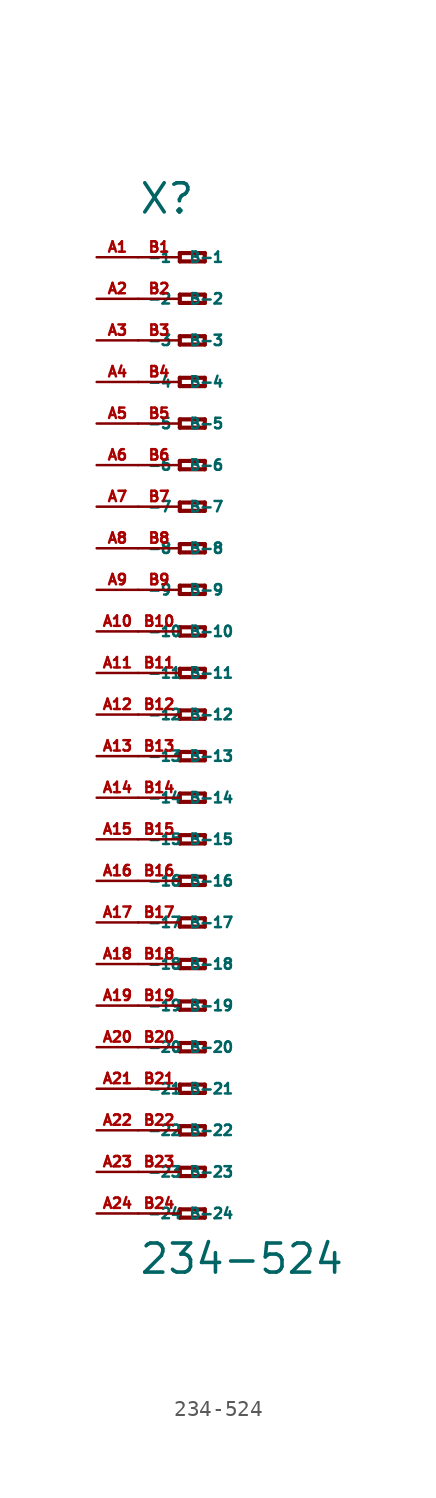
<source format=kicad_sym>
(kicad_symbol_lib
  (version 20220914)
  (generator Eagle2Kicad)
  (symbol "234-524"
    (property "Reference" "X"
      (at -5.08 30.48 0)
      (effects (font (size 1.778 1.778) (thickness 0.22)) (justify left bottom)))
    (property "Value" "234-524"
      (at -5.08 -34.29 0)
      (effects (font (size 1.778 1.778) (thickness 0.22)) (justify left bottom)))
    (polyline
      (pts (xy -2.54 28.194) (xy -2.54 27.686))
      (stroke (width 0.254) (type default))
      (fill (type none)))
    (polyline
      (pts (xy -2.54 27.686) (xy -1.016 27.686))
      (stroke (width 0.254) (type default))
      (fill (type none)))
    (polyline
      (pts (xy -1.016 27.686) (xy -1.016 28.194))
      (stroke (width 0.254) (type default))
      (fill (type none)))
    (polyline
      (pts (xy -1.016 28.194) (xy -2.54 28.194))
      (stroke (width 0.254) (type default))
      (fill (type none)))
    (polyline
      (pts (xy -2.54 25.654) (xy -2.54 25.146))
      (stroke (width 0.254) (type default))
      (fill (type none)))
    (polyline
      (pts (xy -2.54 25.146) (xy -1.016 25.146))
      (stroke (width 0.254) (type default))
      (fill (type none)))
    (polyline
      (pts (xy -1.016 25.146) (xy -1.016 25.654))
      (stroke (width 0.254) (type default))
      (fill (type none)))
    (polyline
      (pts (xy -1.016 25.654) (xy -2.54 25.654))
      (stroke (width 0.254) (type default))
      (fill (type none)))
    (polyline
      (pts (xy -2.54 23.114) (xy -2.54 22.606))
      (stroke (width 0.254) (type default))
      (fill (type none)))
    (polyline
      (pts (xy -2.54 22.606) (xy -1.016 22.606))
      (stroke (width 0.254) (type default))
      (fill (type none)))
    (polyline
      (pts (xy -1.016 22.606) (xy -1.016 23.114))
      (stroke (width 0.254) (type default))
      (fill (type none)))
    (polyline
      (pts (xy -1.016 23.114) (xy -2.54 23.114))
      (stroke (width 0.254) (type default))
      (fill (type none)))
    (polyline
      (pts (xy -2.54 20.574) (xy -2.54 20.066))
      (stroke (width 0.254) (type default))
      (fill (type none)))
    (polyline
      (pts (xy -2.54 20.066) (xy -1.016 20.066))
      (stroke (width 0.254) (type default))
      (fill (type none)))
    (polyline
      (pts (xy -1.016 20.066) (xy -1.016 20.574))
      (stroke (width 0.254) (type default))
      (fill (type none)))
    (polyline
      (pts (xy -1.016 20.574) (xy -2.54 20.574))
      (stroke (width 0.254) (type default))
      (fill (type none)))
    (polyline
      (pts (xy -2.54 18.034) (xy -2.54 17.526))
      (stroke (width 0.254) (type default))
      (fill (type none)))
    (polyline
      (pts (xy -2.54 17.526) (xy -1.016 17.526))
      (stroke (width 0.254) (type default))
      (fill (type none)))
    (polyline
      (pts (xy -1.016 17.526) (xy -1.016 18.034))
      (stroke (width 0.254) (type default))
      (fill (type none)))
    (polyline
      (pts (xy -1.016 18.034) (xy -2.54 18.034))
      (stroke (width 0.254) (type default))
      (fill (type none)))
    (polyline
      (pts (xy -2.54 15.494) (xy -2.54 14.986))
      (stroke (width 0.254) (type default))
      (fill (type none)))
    (polyline
      (pts (xy -2.54 14.986) (xy -1.016 14.986))
      (stroke (width 0.254) (type default))
      (fill (type none)))
    (polyline
      (pts (xy -1.016 14.986) (xy -1.016 15.494))
      (stroke (width 0.254) (type default))
      (fill (type none)))
    (polyline
      (pts (xy -1.016 15.494) (xy -2.54 15.494))
      (stroke (width 0.254) (type default))
      (fill (type none)))
    (polyline
      (pts (xy -2.54 12.954) (xy -2.54 12.446))
      (stroke (width 0.254) (type default))
      (fill (type none)))
    (polyline
      (pts (xy -2.54 12.446) (xy -1.016 12.446))
      (stroke (width 0.254) (type default))
      (fill (type none)))
    (polyline
      (pts (xy -1.016 12.446) (xy -1.016 12.954))
      (stroke (width 0.254) (type default))
      (fill (type none)))
    (polyline
      (pts (xy -1.016 12.954) (xy -2.54 12.954))
      (stroke (width 0.254) (type default))
      (fill (type none)))
    (polyline
      (pts (xy -2.54 10.414) (xy -2.54 9.906))
      (stroke (width 0.254) (type default))
      (fill (type none)))
    (polyline
      (pts (xy -2.54 9.906) (xy -1.016 9.906))
      (stroke (width 0.254) (type default))
      (fill (type none)))
    (polyline
      (pts (xy -1.016 9.906) (xy -1.016 10.414))
      (stroke (width 0.254) (type default))
      (fill (type none)))
    (polyline
      (pts (xy -1.016 10.414) (xy -2.54 10.414))
      (stroke (width 0.254) (type default))
      (fill (type none)))
    (polyline
      (pts (xy -2.54 7.874) (xy -2.54 7.366))
      (stroke (width 0.254) (type default))
      (fill (type none)))
    (polyline
      (pts (xy -2.54 7.366) (xy -1.016 7.366))
      (stroke (width 0.254) (type default))
      (fill (type none)))
    (polyline
      (pts (xy -1.016 7.366) (xy -1.016 7.874))
      (stroke (width 0.254) (type default))
      (fill (type none)))
    (polyline
      (pts (xy -1.016 7.874) (xy -2.54 7.874))
      (stroke (width 0.254) (type default))
      (fill (type none)))
    (polyline
      (pts (xy -2.54 5.334) (xy -2.54 4.826))
      (stroke (width 0.254) (type default))
      (fill (type none)))
    (polyline
      (pts (xy -2.54 4.826) (xy -1.016 4.826))
      (stroke (width 0.254) (type default))
      (fill (type none)))
    (polyline
      (pts (xy -1.016 4.826) (xy -1.016 5.334))
      (stroke (width 0.254) (type default))
      (fill (type none)))
    (polyline
      (pts (xy -1.016 5.334) (xy -2.54 5.334))
      (stroke (width 0.254) (type default))
      (fill (type none)))
    (polyline
      (pts (xy -2.54 2.794) (xy -2.54 2.286))
      (stroke (width 0.254) (type default))
      (fill (type none)))
    (polyline
      (pts (xy -2.54 2.286) (xy -1.016 2.286))
      (stroke (width 0.254) (type default))
      (fill (type none)))
    (polyline
      (pts (xy -1.016 2.286) (xy -1.016 2.794))
      (stroke (width 0.254) (type default))
      (fill (type none)))
    (polyline
      (pts (xy -1.016 2.794) (xy -2.54 2.794))
      (stroke (width 0.254) (type default))
      (fill (type none)))
    (polyline
      (pts (xy -2.54 0.254) (xy -2.54 -0.254))
      (stroke (width 0.254) (type default))
      (fill (type none)))
    (polyline
      (pts (xy -2.54 -0.254) (xy -1.016 -0.254))
      (stroke (width 0.254) (type default))
      (fill (type none)))
    (polyline
      (pts (xy -1.016 -0.254) (xy -1.016 0.254))
      (stroke (width 0.254) (type default))
      (fill (type none)))
    (polyline
      (pts (xy -1.016 0.254) (xy -2.54 0.254))
      (stroke (width 0.254) (type default))
      (fill (type none)))
    (polyline
      (pts (xy -2.54 -2.286) (xy -2.54 -2.794))
      (stroke (width 0.254) (type default))
      (fill (type none)))
    (polyline
      (pts (xy -2.54 -2.794) (xy -1.016 -2.794))
      (stroke (width 0.254) (type default))
      (fill (type none)))
    (polyline
      (pts (xy -1.016 -2.794) (xy -1.016 -2.286))
      (stroke (width 0.254) (type default))
      (fill (type none)))
    (polyline
      (pts (xy -1.016 -2.286) (xy -2.54 -2.286))
      (stroke (width 0.254) (type default))
      (fill (type none)))
    (polyline
      (pts (xy -2.54 -4.826) (xy -2.54 -5.334))
      (stroke (width 0.254) (type default))
      (fill (type none)))
    (polyline
      (pts (xy -2.54 -5.334) (xy -1.016 -5.334))
      (stroke (width 0.254) (type default))
      (fill (type none)))
    (polyline
      (pts (xy -1.016 -5.334) (xy -1.016 -4.826))
      (stroke (width 0.254) (type default))
      (fill (type none)))
    (polyline
      (pts (xy -1.016 -4.826) (xy -2.54 -4.826))
      (stroke (width 0.254) (type default))
      (fill (type none)))
    (polyline
      (pts (xy -2.54 -7.366) (xy -2.54 -7.874))
      (stroke (width 0.254) (type default))
      (fill (type none)))
    (polyline
      (pts (xy -2.54 -7.874) (xy -1.016 -7.874))
      (stroke (width 0.254) (type default))
      (fill (type none)))
    (polyline
      (pts (xy -1.016 -7.874) (xy -1.016 -7.366))
      (stroke (width 0.254) (type default))
      (fill (type none)))
    (polyline
      (pts (xy -1.016 -7.366) (xy -2.54 -7.366))
      (stroke (width 0.254) (type default))
      (fill (type none)))
    (polyline
      (pts (xy -2.54 -9.906) (xy -2.54 -10.414))
      (stroke (width 0.254) (type default))
      (fill (type none)))
    (polyline
      (pts (xy -2.54 -10.414) (xy -1.016 -10.414))
      (stroke (width 0.254) (type default))
      (fill (type none)))
    (polyline
      (pts (xy -1.016 -10.414) (xy -1.016 -9.906))
      (stroke (width 0.254) (type default))
      (fill (type none)))
    (polyline
      (pts (xy -1.016 -9.906) (xy -2.54 -9.906))
      (stroke (width 0.254) (type default))
      (fill (type none)))
    (polyline
      (pts (xy -2.54 -12.446) (xy -2.54 -12.954))
      (stroke (width 0.254) (type default))
      (fill (type none)))
    (polyline
      (pts (xy -2.54 -12.954) (xy -1.016 -12.954))
      (stroke (width 0.254) (type default))
      (fill (type none)))
    (polyline
      (pts (xy -1.016 -12.954) (xy -1.016 -12.446))
      (stroke (width 0.254) (type default))
      (fill (type none)))
    (polyline
      (pts (xy -1.016 -12.446) (xy -2.54 -12.446))
      (stroke (width 0.254) (type default))
      (fill (type none)))
    (polyline
      (pts (xy -2.54 -14.986) (xy -2.54 -15.494))
      (stroke (width 0.254) (type default))
      (fill (type none)))
    (polyline
      (pts (xy -2.54 -15.494) (xy -1.016 -15.494))
      (stroke (width 0.254) (type default))
      (fill (type none)))
    (polyline
      (pts (xy -1.016 -15.494) (xy -1.016 -14.986))
      (stroke (width 0.254) (type default))
      (fill (type none)))
    (polyline
      (pts (xy -1.016 -14.986) (xy -2.54 -14.986))
      (stroke (width 0.254) (type default))
      (fill (type none)))
    (polyline
      (pts (xy -2.54 -17.526) (xy -2.54 -18.034))
      (stroke (width 0.254) (type default))
      (fill (type none)))
    (polyline
      (pts (xy -2.54 -18.034) (xy -1.016 -18.034))
      (stroke (width 0.254) (type default))
      (fill (type none)))
    (polyline
      (pts (xy -1.016 -18.034) (xy -1.016 -17.526))
      (stroke (width 0.254) (type default))
      (fill (type none)))
    (polyline
      (pts (xy -1.016 -17.526) (xy -2.54 -17.526))
      (stroke (width 0.254) (type default))
      (fill (type none)))
    (polyline
      (pts (xy -2.54 -20.066) (xy -2.54 -20.574))
      (stroke (width 0.254) (type default))
      (fill (type none)))
    (polyline
      (pts (xy -2.54 -20.574) (xy -1.016 -20.574))
      (stroke (width 0.254) (type default))
      (fill (type none)))
    (polyline
      (pts (xy -1.016 -20.574) (xy -1.016 -20.066))
      (stroke (width 0.254) (type default))
      (fill (type none)))
    (polyline
      (pts (xy -1.016 -20.066) (xy -2.54 -20.066))
      (stroke (width 0.254) (type default))
      (fill (type none)))
    (polyline
      (pts (xy -2.54 -22.606) (xy -2.54 -23.114))
      (stroke (width 0.254) (type default))
      (fill (type none)))
    (polyline
      (pts (xy -2.54 -23.114) (xy -1.016 -23.114))
      (stroke (width 0.254) (type default))
      (fill (type none)))
    (polyline
      (pts (xy -1.016 -23.114) (xy -1.016 -22.606))
      (stroke (width 0.254) (type default))
      (fill (type none)))
    (polyline
      (pts (xy -1.016 -22.606) (xy -2.54 -22.606))
      (stroke (width 0.254) (type default))
      (fill (type none)))
    (polyline
      (pts (xy -2.54 -25.146) (xy -2.54 -25.654))
      (stroke (width 0.254) (type default))
      (fill (type none)))
    (polyline
      (pts (xy -2.54 -25.654) (xy -1.016 -25.654))
      (stroke (width 0.254) (type default))
      (fill (type none)))
    (polyline
      (pts (xy -1.016 -25.654) (xy -1.016 -25.146))
      (stroke (width 0.254) (type default))
      (fill (type none)))
    (polyline
      (pts (xy -1.016 -25.146) (xy -2.54 -25.146))
      (stroke (width 0.254) (type default))
      (fill (type none)))
    (polyline
      (pts (xy -2.54 -27.686) (xy -2.54 -28.194))
      (stroke (width 0.254) (type default))
      (fill (type none)))
    (polyline
      (pts (xy -2.54 -28.194) (xy -1.016 -28.194))
      (stroke (width 0.254) (type default))
      (fill (type none)))
    (polyline
      (pts (xy -1.016 -28.194) (xy -1.016 -27.686))
      (stroke (width 0.254) (type default))
      (fill (type none)))
    (polyline
      (pts (xy -1.016 -27.686) (xy -2.54 -27.686))
      (stroke (width 0.254) (type default))
      (fill (type none)))
    (polyline
      (pts (xy -2.54 -30.226) (xy -2.54 -30.734))
      (stroke (width 0.254) (type default))
      (fill (type none)))
    (polyline
      (pts (xy -2.54 -30.734) (xy -1.016 -30.734))
      (stroke (width 0.254) (type default))
      (fill (type none)))
    (polyline
      (pts (xy -1.016 -30.734) (xy -1.016 -30.226))
      (stroke (width 0.254) (type default))
      (fill (type none)))
    (polyline
      (pts (xy -1.016 -30.226) (xy -2.54 -30.226))
      (stroke (width 0.254) (type default))
      (fill (type none)))
    (pin passive line
      (at -7.62 27.94 0)
      (length 2.54)
      (name "-1" (effects (font (size 0.635 0.635) (thickness 0.08)) (justify left bottom)))
      (number "A1" (effects (font (size 0.635 0.635) (thickness 0.08)) (justify left bottom))))
    (pin passive line
      (at -7.62 25.4 0)
      (length 2.54)
      (name "-2" (effects (font (size 0.635 0.635) (thickness 0.08)) (justify left bottom)))
      (number "A2" (effects (font (size 0.635 0.635) (thickness 0.08)) (justify left bottom))))
    (pin passive line
      (at -7.62 22.86 0)
      (length 2.54)
      (name "-3" (effects (font (size 0.635 0.635) (thickness 0.08)) (justify left bottom)))
      (number "A3" (effects (font (size 0.635 0.635) (thickness 0.08)) (justify left bottom))))
    (pin passive line
      (at -7.62 20.32 0)
      (length 2.54)
      (name "-4" (effects (font (size 0.635 0.635) (thickness 0.08)) (justify left bottom)))
      (number "A4" (effects (font (size 0.635 0.635) (thickness 0.08)) (justify left bottom))))
    (pin passive line
      (at -7.62 17.78 0)
      (length 2.54)
      (name "-5" (effects (font (size 0.635 0.635) (thickness 0.08)) (justify left bottom)))
      (number "A5" (effects (font (size 0.635 0.635) (thickness 0.08)) (justify left bottom))))
    (pin passive line
      (at -7.62 15.24 0)
      (length 2.54)
      (name "-6" (effects (font (size 0.635 0.635) (thickness 0.08)) (justify left bottom)))
      (number "A6" (effects (font (size 0.635 0.635) (thickness 0.08)) (justify left bottom))))
    (pin passive line
      (at -7.62 12.7 0)
      (length 2.54)
      (name "-7" (effects (font (size 0.635 0.635) (thickness 0.08)) (justify left bottom)))
      (number "A7" (effects (font (size 0.635 0.635) (thickness 0.08)) (justify left bottom))))
    (pin passive line
      (at -7.62 10.16 0)
      (length 2.54)
      (name "-8" (effects (font (size 0.635 0.635) (thickness 0.08)) (justify left bottom)))
      (number "A8" (effects (font (size 0.635 0.635) (thickness 0.08)) (justify left bottom))))
    (pin passive line
      (at -7.62 7.62 0)
      (length 2.54)
      (name "-9" (effects (font (size 0.635 0.635) (thickness 0.08)) (justify left bottom)))
      (number "A9" (effects (font (size 0.635 0.635) (thickness 0.08)) (justify left bottom))))
    (pin passive line
      (at -7.62 5.08 0)
      (length 2.54)
      (name "-10" (effects (font (size 0.635 0.635) (thickness 0.08)) (justify left bottom)))
      (number "A10" (effects (font (size 0.635 0.635) (thickness 0.08)) (justify left bottom))))
    (pin passive line
      (at -7.62 2.54 0)
      (length 2.54)
      (name "-11" (effects (font (size 0.635 0.635) (thickness 0.08)) (justify left bottom)))
      (number "A11" (effects (font (size 0.635 0.635) (thickness 0.08)) (justify left bottom))))
    (pin passive line
      (at -7.62 0 0)
      (length 2.54)
      (name "-12" (effects (font (size 0.635 0.635) (thickness 0.08)) (justify left bottom)))
      (number "A12" (effects (font (size 0.635 0.635) (thickness 0.08)) (justify left bottom))))
    (pin passive line
      (at -7.62 -2.54 0)
      (length 2.54)
      (name "-13" (effects (font (size 0.635 0.635) (thickness 0.08)) (justify left bottom)))
      (number "A13" (effects (font (size 0.635 0.635) (thickness 0.08)) (justify left bottom))))
    (pin passive line
      (at -7.62 -5.08 0)
      (length 2.54)
      (name "-14" (effects (font (size 0.635 0.635) (thickness 0.08)) (justify left bottom)))
      (number "A14" (effects (font (size 0.635 0.635) (thickness 0.08)) (justify left bottom))))
    (pin passive line
      (at -7.62 -7.62 0)
      (length 2.54)
      (name "-15" (effects (font (size 0.635 0.635) (thickness 0.08)) (justify left bottom)))
      (number "A15" (effects (font (size 0.635 0.635) (thickness 0.08)) (justify left bottom))))
    (pin passive line
      (at -7.62 -10.16 0)
      (length 2.54)
      (name "-16" (effects (font (size 0.635 0.635) (thickness 0.08)) (justify left bottom)))
      (number "A16" (effects (font (size 0.635 0.635) (thickness 0.08)) (justify left bottom))))
    (pin passive line
      (at -7.62 -12.7 0)
      (length 2.54)
      (name "-17" (effects (font (size 0.635 0.635) (thickness 0.08)) (justify left bottom)))
      (number "A17" (effects (font (size 0.635 0.635) (thickness 0.08)) (justify left bottom))))
    (pin passive line
      (at -7.62 -15.24 0)
      (length 2.54)
      (name "-18" (effects (font (size 0.635 0.635) (thickness 0.08)) (justify left bottom)))
      (number "A18" (effects (font (size 0.635 0.635) (thickness 0.08)) (justify left bottom))))
    (pin passive line
      (at -7.62 -17.78 0)
      (length 2.54)
      (name "-19" (effects (font (size 0.635 0.635) (thickness 0.08)) (justify left bottom)))
      (number "A19" (effects (font (size 0.635 0.635) (thickness 0.08)) (justify left bottom))))
    (pin passive line
      (at -7.62 -20.32 0)
      (length 2.54)
      (name "-20" (effects (font (size 0.635 0.635) (thickness 0.08)) (justify left bottom)))
      (number "A20" (effects (font (size 0.635 0.635) (thickness 0.08)) (justify left bottom))))
    (pin passive line
      (at -7.62 -22.86 0)
      (length 2.54)
      (name "-21" (effects (font (size 0.635 0.635) (thickness 0.08)) (justify left bottom)))
      (number "A21" (effects (font (size 0.635 0.635) (thickness 0.08)) (justify left bottom))))
    (pin passive line
      (at -7.62 -25.4 0)
      (length 2.54)
      (name "-22" (effects (font (size 0.635 0.635) (thickness 0.08)) (justify left bottom)))
      (number "A22" (effects (font (size 0.635 0.635) (thickness 0.08)) (justify left bottom))))
    (pin passive line
      (at -7.62 -27.94 0)
      (length 2.54)
      (name "-23" (effects (font (size 0.635 0.635) (thickness 0.08)) (justify left bottom)))
      (number "A23" (effects (font (size 0.635 0.635) (thickness 0.08)) (justify left bottom))))
    (pin passive line
      (at -7.62 -30.48 0)
      (length 2.54)
      (name "-24" (effects (font (size 0.635 0.635) (thickness 0.08)) (justify left bottom)))
      (number "A24" (effects (font (size 0.635 0.635) (thickness 0.08)) (justify left bottom))))
    (pin passive line
      (at -5.08 -30.48 0)
      (length 2.54)
      (name "B-24" (effects (font (size 0.635 0.635) (thickness 0.08)) (justify left bottom)))
      (number "B24" (effects (font (size 0.635 0.635) (thickness 0.08)) (justify left bottom))))
    (pin passive line
      (at -5.08 27.94 0)
      (length 2.54)
      (name "B-1" (effects (font (size 0.635 0.635) (thickness 0.08)) (justify left bottom)))
      (number "B1" (effects (font (size 0.635 0.635) (thickness 0.08)) (justify left bottom))))
    (pin passive line
      (at -5.08 25.4 0)
      (length 2.54)
      (name "B-2" (effects (font (size 0.635 0.635) (thickness 0.08)) (justify left bottom)))
      (number "B2" (effects (font (size 0.635 0.635) (thickness 0.08)) (justify left bottom))))
    (pin passive line
      (at -5.08 22.86 0)
      (length 2.54)
      (name "B-3" (effects (font (size 0.635 0.635) (thickness 0.08)) (justify left bottom)))
      (number "B3" (effects (font (size 0.635 0.635) (thickness 0.08)) (justify left bottom))))
    (pin passive line
      (at -5.08 20.32 0)
      (length 2.54)
      (name "B-4" (effects (font (size 0.635 0.635) (thickness 0.08)) (justify left bottom)))
      (number "B4" (effects (font (size 0.635 0.635) (thickness 0.08)) (justify left bottom))))
    (pin passive line
      (at -5.08 17.78 0)
      (length 2.54)
      (name "B-5" (effects (font (size 0.635 0.635) (thickness 0.08)) (justify left bottom)))
      (number "B5" (effects (font (size 0.635 0.635) (thickness 0.08)) (justify left bottom))))
    (pin passive line
      (at -5.08 15.24 0)
      (length 2.54)
      (name "B-6" (effects (font (size 0.635 0.635) (thickness 0.08)) (justify left bottom)))
      (number "B6" (effects (font (size 0.635 0.635) (thickness 0.08)) (justify left bottom))))
    (pin passive line
      (at -5.08 12.7 0)
      (length 2.54)
      (name "B-7" (effects (font (size 0.635 0.635) (thickness 0.08)) (justify left bottom)))
      (number "B7" (effects (font (size 0.635 0.635) (thickness 0.08)) (justify left bottom))))
    (pin passive line
      (at -5.08 10.16 0)
      (length 2.54)
      (name "B-8" (effects (font (size 0.635 0.635) (thickness 0.08)) (justify left bottom)))
      (number "B8" (effects (font (size 0.635 0.635) (thickness 0.08)) (justify left bottom))))
    (pin passive line
      (at -5.08 7.62 0)
      (length 2.54)
      (name "B-9" (effects (font (size 0.635 0.635) (thickness 0.08)) (justify left bottom)))
      (number "B9" (effects (font (size 0.635 0.635) (thickness 0.08)) (justify left bottom))))
    (pin passive line
      (at -5.08 5.08 0)
      (length 2.54)
      (name "B-10" (effects (font (size 0.635 0.635) (thickness 0.08)) (justify left bottom)))
      (number "B10" (effects (font (size 0.635 0.635) (thickness 0.08)) (justify left bottom))))
    (pin passive line
      (at -5.08 2.54 0)
      (length 2.54)
      (name "B-11" (effects (font (size 0.635 0.635) (thickness 0.08)) (justify left bottom)))
      (number "B11" (effects (font (size 0.635 0.635) (thickness 0.08)) (justify left bottom))))
    (pin passive line
      (at -5.08 0 0)
      (length 2.54)
      (name "B-12" (effects (font (size 0.635 0.635) (thickness 0.08)) (justify left bottom)))
      (number "B12" (effects (font (size 0.635 0.635) (thickness 0.08)) (justify left bottom))))
    (pin passive line
      (at -5.08 -2.54 0)
      (length 2.54)
      (name "B-13" (effects (font (size 0.635 0.635) (thickness 0.08)) (justify left bottom)))
      (number "B13" (effects (font (size 0.635 0.635) (thickness 0.08)) (justify left bottom))))
    (pin passive line
      (at -5.08 -5.08 0)
      (length 2.54)
      (name "B-14" (effects (font (size 0.635 0.635) (thickness 0.08)) (justify left bottom)))
      (number "B14" (effects (font (size 0.635 0.635) (thickness 0.08)) (justify left bottom))))
    (pin passive line
      (at -5.08 -7.62 0)
      (length 2.54)
      (name "B-15" (effects (font (size 0.635 0.635) (thickness 0.08)) (justify left bottom)))
      (number "B15" (effects (font (size 0.635 0.635) (thickness 0.08)) (justify left bottom))))
    (pin passive line
      (at -5.08 -10.16 0)
      (length 2.54)
      (name "B-16" (effects (font (size 0.635 0.635) (thickness 0.08)) (justify left bottom)))
      (number "B16" (effects (font (size 0.635 0.635) (thickness 0.08)) (justify left bottom))))
    (pin passive line
      (at -5.08 -12.7 0)
      (length 2.54)
      (name "B-17" (effects (font (size 0.635 0.635) (thickness 0.08)) (justify left bottom)))
      (number "B17" (effects (font (size 0.635 0.635) (thickness 0.08)) (justify left bottom))))
    (pin passive line
      (at -5.08 -15.24 0)
      (length 2.54)
      (name "B-18" (effects (font (size 0.635 0.635) (thickness 0.08)) (justify left bottom)))
      (number "B18" (effects (font (size 0.635 0.635) (thickness 0.08)) (justify left bottom))))
    (pin passive line
      (at -5.08 -17.78 0)
      (length 2.54)
      (name "B-19" (effects (font (size 0.635 0.635) (thickness 0.08)) (justify left bottom)))
      (number "B19" (effects (font (size 0.635 0.635) (thickness 0.08)) (justify left bottom))))
    (pin passive line
      (at -5.08 -20.32 0)
      (length 2.54)
      (name "B-20" (effects (font (size 0.635 0.635) (thickness 0.08)) (justify left bottom)))
      (number "B20" (effects (font (size 0.635 0.635) (thickness 0.08)) (justify left bottom))))
    (pin passive line
      (at -5.08 -22.86 0)
      (length 2.54)
      (name "B-21" (effects (font (size 0.635 0.635) (thickness 0.08)) (justify left bottom)))
      (number "B21" (effects (font (size 0.635 0.635) (thickness 0.08)) (justify left bottom))))
    (pin passive line
      (at -5.08 -25.4 0)
      (length 2.54)
      (name "B-22" (effects (font (size 0.635 0.635) (thickness 0.08)) (justify left bottom)))
      (number "B22" (effects (font (size 0.635 0.635) (thickness 0.08)) (justify left bottom))))
    (pin passive line
      (at -5.08 -27.94 0)
      (length 2.54)
      (name "B-23" (effects (font (size 0.635 0.635) (thickness 0.08)) (justify left bottom)))
      (number "B23" (effects (font (size 0.635 0.635) (thickness 0.08)) (justify left bottom))))))
</source>
